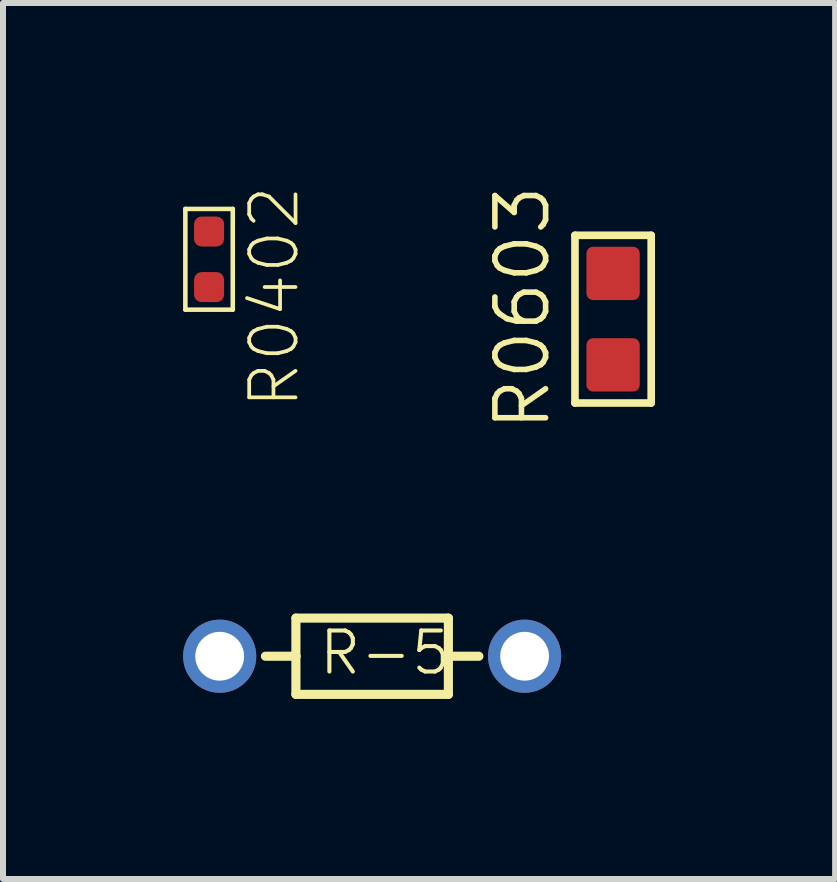
<source format=kicad_pcb>
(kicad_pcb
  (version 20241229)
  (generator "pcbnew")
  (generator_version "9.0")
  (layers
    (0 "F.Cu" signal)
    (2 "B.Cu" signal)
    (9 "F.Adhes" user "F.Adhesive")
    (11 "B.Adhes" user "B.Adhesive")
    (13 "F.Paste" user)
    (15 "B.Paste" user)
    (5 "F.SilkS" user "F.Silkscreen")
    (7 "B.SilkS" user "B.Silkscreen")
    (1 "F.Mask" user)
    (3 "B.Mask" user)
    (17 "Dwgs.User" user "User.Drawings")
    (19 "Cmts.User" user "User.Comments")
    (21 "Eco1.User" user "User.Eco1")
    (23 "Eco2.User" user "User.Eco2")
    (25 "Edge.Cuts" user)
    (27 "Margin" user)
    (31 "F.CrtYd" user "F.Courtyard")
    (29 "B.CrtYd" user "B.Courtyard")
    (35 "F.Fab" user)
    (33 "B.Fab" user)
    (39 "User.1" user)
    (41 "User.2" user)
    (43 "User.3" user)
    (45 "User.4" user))
  (footprint "R0603"
    (layer "F.Cu")
    (at 7.164 2.267)
    (property "Reference" "R0603" (at -1.016 1.905 270) (layer "F.SilkS") (effects (font (size 0.845 0.845) (thickness 0.093)) (justify left bottom)))
    (attr through_hole)
    (fp_line (start -0.635 -1.397) (end 0.635 -1.397) (stroke (width 0.127) (type solid)) (layer "F.SilkS"))
    (fp_line (start -0.635 1.397) (end -0.635 -1.397) (stroke (width 0.127) (type solid)) (layer "F.SilkS"))
    (fp_line (start 0.635 -1.397) (end 0.635 1.397) (stroke (width 0.127) (type solid)) (layer "F.SilkS"))
    (fp_line (start 0.635 1.397) (end -0.635 1.397) (stroke (width 0.127) (type solid)) (layer "F.SilkS"))
    (pad "1" smd roundrect (at 0 -0.762 270) (size 0.889 0.889) (layers "F.Cu" "F.Mask" "F.Paste") (roundrect_rratio 0.125))
    (pad "2" smd roundrect (at 0 0.762 270) (size 0.889 0.889) (layers "F.Cu" "F.Mask" "F.Paste") (roundrect_rratio 0.125)))
  (footprint "R0402"
    (layer "F.Cu")
    (at 0.433 1.27)
    (property "Reference" "R0402" (at 0.635 -1.27 90) (layer "F.SilkS") (effects (font (size 0.772 0.772) (thickness 0.062)) (justify right top)))
    (attr through_hole)
    (fp_line (start -0.395 -0.839) (end 0.395 -0.839) (stroke (width 0.076) (type solid)) (layer "F.SilkS"))
    (fp_line (start -0.395 0.839) (end -0.395 -0.839) (stroke (width 0.076) (type solid)) (layer "F.SilkS"))
    (fp_line (start 0.395 -0.839) (end 0.395 0.839) (stroke (width 0.076) (type solid)) (layer "F.SilkS"))
    (fp_line (start 0.395 0.839) (end -0.395 0.839) (stroke (width 0.076) (type solid)) (layer "F.SilkS"))
    (pad "1" smd roundrect (at 0 -0.463 270) (size 0.5 0.5) (layers "F.Cu" "F.Mask" "F.Paste") (roundrect_rratio 0.25))
    (pad "2" smd roundrect (at 0 0.463 270) (size 0.5 0.5) (layers "F.Cu" "F.Mask" "F.Paste") (roundrect_rratio 0.25)))
  (footprint "R-5"
    (layer "F.Cu")
    (at 3.15 7.883)
    (property "Reference" "R-5" (at -0.92 0.342 0) (layer "F.SilkS") (effects (font (size 0.684 0.684) (thickness 0.068)) (justify left bottom)))
    (attr through_hole)
    (fp_line (start -1.778 0) (end -1.27 0) (stroke (width 0.152) (type solid)) (layer "F.SilkS"))
    (fp_line (start -1.27 -0.635) (end -1.27 0) (stroke (width 0.152) (type solid)) (layer "F.SilkS"))
    (fp_line (start -1.27 -0.635) (end 1.27 -0.635) (stroke (width 0.152) (type solid)) (layer "F.SilkS"))
    (fp_line (start -1.27 0) (end -1.27 0.635) (stroke (width 0.152) (type solid)) (layer "F.SilkS"))
    (fp_line (start 1.27 -0.635) (end 1.27 0) (stroke (width 0.152) (type solid)) (layer "F.SilkS"))
    (fp_line (start 1.27 0) (end 1.27 0.635) (stroke (width 0.152) (type solid)) (layer "F.SilkS"))
    (fp_line (start 1.27 0) (end 1.778 0) (stroke (width 0.152) (type solid)) (layer "F.SilkS"))
    (fp_line (start 1.27 0.635) (end -1.27 0.635) (stroke (width 0.152) (type solid)) (layer "F.SilkS"))
    (pad "1" thru_hole circle (at -2.54 0) (size 1.219 1.219) (drill 0.813) (layers "*.Cu" "*.Mask"))
    (pad "2" thru_hole circle (at 2.54 0) (size 1.219 1.219) (drill 0.813) (layers "*.Cu" "*.Mask")))
  (gr_rect
    (start -3 -3)
    (end 10.863 11.594)
    (stroke (width 0.1) (type default))
    (fill no)
    (layer "Edge.Cuts")))
</source>
